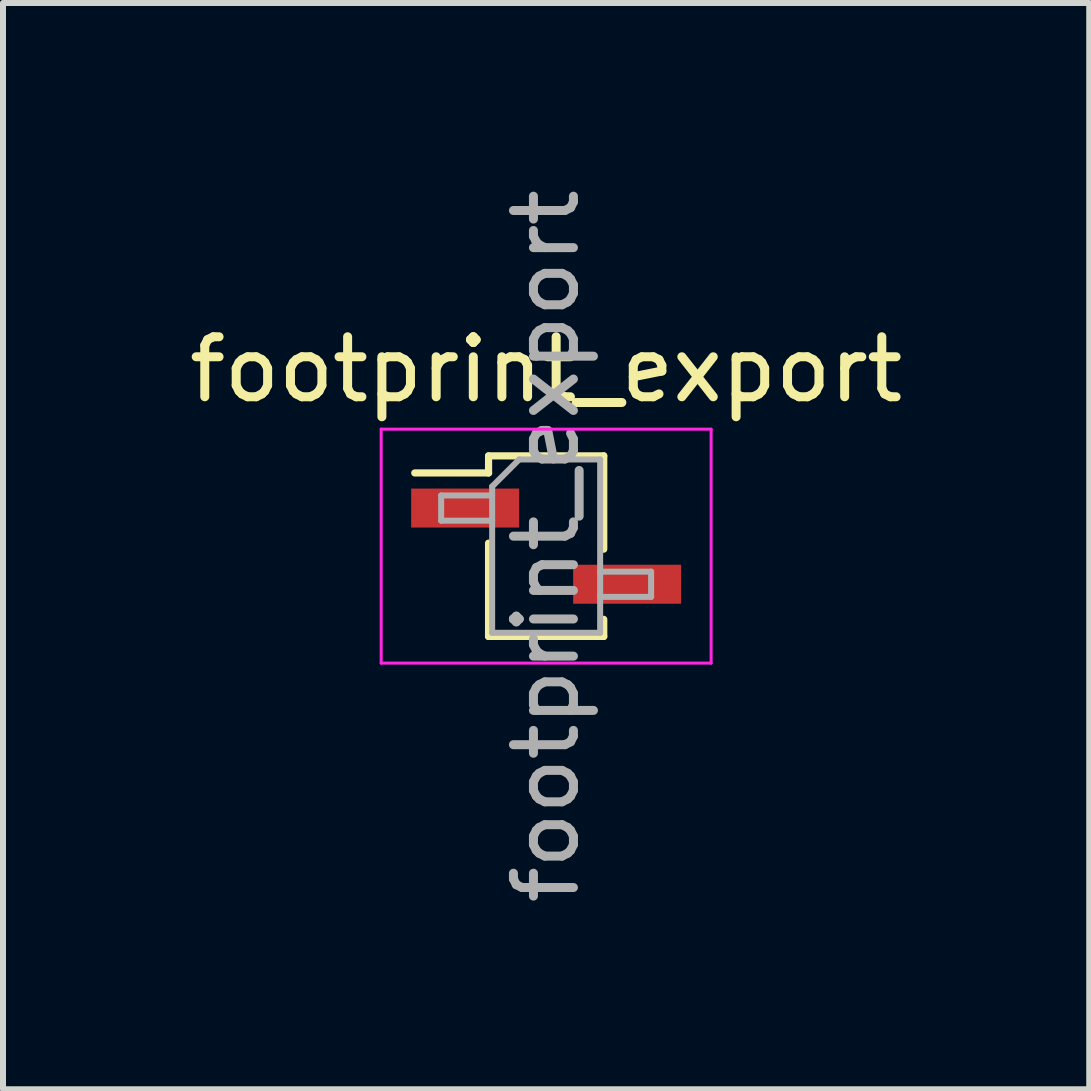
<source format=kicad_pcb>
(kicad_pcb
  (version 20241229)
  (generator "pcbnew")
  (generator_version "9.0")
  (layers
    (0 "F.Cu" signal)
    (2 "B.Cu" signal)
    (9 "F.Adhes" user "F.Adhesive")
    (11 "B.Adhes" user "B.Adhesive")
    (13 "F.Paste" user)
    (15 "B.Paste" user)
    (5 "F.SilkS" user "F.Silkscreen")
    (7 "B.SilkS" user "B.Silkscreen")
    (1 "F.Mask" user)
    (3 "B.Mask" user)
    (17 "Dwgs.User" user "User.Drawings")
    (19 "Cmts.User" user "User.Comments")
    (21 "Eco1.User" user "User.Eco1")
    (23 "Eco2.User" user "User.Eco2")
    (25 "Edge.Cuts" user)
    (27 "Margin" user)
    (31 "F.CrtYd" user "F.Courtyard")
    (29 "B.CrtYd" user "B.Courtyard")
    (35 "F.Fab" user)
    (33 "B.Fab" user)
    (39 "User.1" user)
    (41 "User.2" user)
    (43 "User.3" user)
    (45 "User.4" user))
  (footprint "footprint_export"
    (layer "F.Cu")
    (at 6.054 6.054)
    (property "Reference" "footprint_export" (at 0 -2.945 0) (layer "F.SilkS") (effects (font (size 1 1) (thickness 0.15))))
    (attr smd)
    (fp_line (start -2.19 -1.22) (end -0.96 -1.22) (stroke (width 0.12) (type solid)) (layer "F.SilkS"))
    (fp_line (start -0.96 -1.505) (end -0.96 -1.22) (stroke (width 0.12) (type solid)) (layer "F.SilkS"))
    (fp_line (start -0.96 -1.505) (end 0.96 -1.505) (stroke (width 0.12) (type solid)) (layer "F.SilkS"))
    (fp_line (start -0.96 -0.05) (end -0.96 1.505) (stroke (width 0.12) (type solid)) (layer "F.SilkS"))
    (fp_line (start -0.96 1.505) (end 0.96 1.505) (stroke (width 0.12) (type solid)) (layer "F.SilkS"))
    (fp_line (start 0.96 -1.505) (end 0.96 0.05) (stroke (width 0.12) (type solid)) (layer "F.SilkS"))
    (fp_line (start 0.96 1.22) (end 0.96 1.505) (stroke (width 0.12) (type solid)) (layer "F.SilkS"))
    (fp_line (start -2.75 -1.95) (end 2.75 -1.95) (stroke (width 0.05) (type solid)) (layer "F.CrtYd"))
    (fp_line (start -2.75 1.95) (end -2.75 -1.95) (stroke (width 0.05) (type solid)) (layer "F.CrtYd"))
    (fp_line (start 2.75 -1.95) (end 2.75 1.95) (stroke (width 0.05) (type solid)) (layer "F.CrtYd"))
    (fp_line (start 2.75 1.95) (end -2.75 1.95) (stroke (width 0.05) (type solid)) (layer "F.CrtYd"))
    (fp_line (start -1.75 -0.845) (end -0.9 -0.845) (stroke (width 0.1) (type solid)) (layer "F.Fab"))
    (fp_line (start -1.75 -0.425) (end -1.75 -0.845) (stroke (width 0.1) (type solid)) (layer "F.Fab"))
    (fp_line (start -0.9 -0.995) (end -0.45 -1.445) (stroke (width 0.1) (type solid)) (layer "F.Fab"))
    (fp_line (start -0.9 -0.425) (end -1.75 -0.425) (stroke (width 0.1) (type solid)) (layer "F.Fab"))
    (fp_line (start -0.9 1.445) (end -0.9 -0.995) (stroke (width 0.1) (type solid)) (layer "F.Fab"))
    (fp_line (start -0.45 -1.445) (end 0.9 -1.445) (stroke (width 0.1) (type solid)) (layer "F.Fab"))
    (fp_line (start 0.9 -1.445) (end 0.9 1.445) (stroke (width 0.1) (type solid)) (layer "F.Fab"))
    (fp_line (start 0.9 0.425) (end 1.75 0.425) (stroke (width 0.1) (type solid)) (layer "F.Fab"))
    (fp_line (start 0.9 1.445) (end -0.9 1.445) (stroke (width 0.1) (type solid)) (layer "F.Fab"))
    (fp_line (start 1.75 0.425) (end 1.75 0.845) (stroke (width 0.1) (type solid)) (layer "F.Fab"))
    (fp_line (start 1.75 0.845) (end 0.9 0.845) (stroke (width 0.1) (type solid)) (layer "F.Fab"))
    (fp_text user "${REFERENCE}" (at 0 0 90) (layer "F.Fab") (effects (font (size 1 1) (thickness 0.15))))
    (pad "1" smd rect (at -1.35 -0.635) (size 1.8 0.65) (layers "F.Cu" "F.Mask" "F.Paste"))
    (pad "2" smd rect (at 1.35 0.635) (size 1.8 0.65) (layers "F.Cu" "F.Mask" "F.Paste")))
  (gr_rect
    (start -3 -3)
    (end 15.107 15.107)
    (stroke (width 0.1) (type default))
    (fill no)
    (layer "Edge.Cuts")))
</source>
